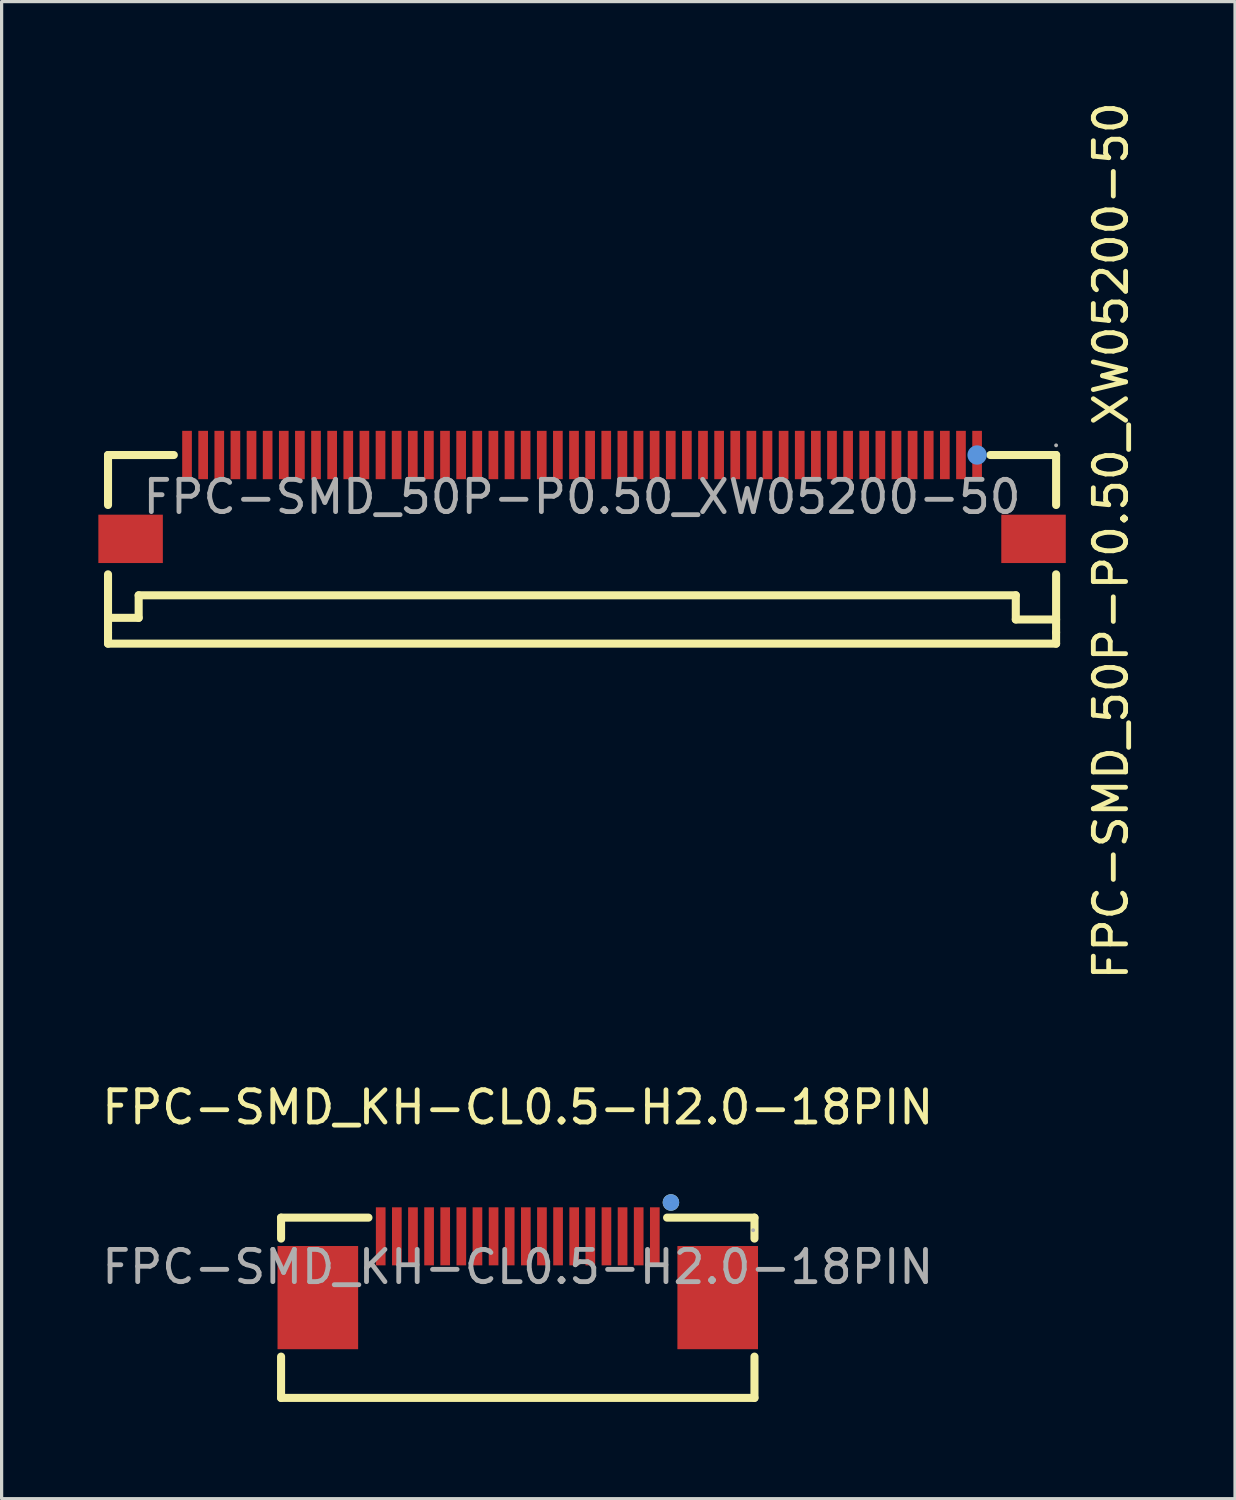
<source format=kicad_pcb>
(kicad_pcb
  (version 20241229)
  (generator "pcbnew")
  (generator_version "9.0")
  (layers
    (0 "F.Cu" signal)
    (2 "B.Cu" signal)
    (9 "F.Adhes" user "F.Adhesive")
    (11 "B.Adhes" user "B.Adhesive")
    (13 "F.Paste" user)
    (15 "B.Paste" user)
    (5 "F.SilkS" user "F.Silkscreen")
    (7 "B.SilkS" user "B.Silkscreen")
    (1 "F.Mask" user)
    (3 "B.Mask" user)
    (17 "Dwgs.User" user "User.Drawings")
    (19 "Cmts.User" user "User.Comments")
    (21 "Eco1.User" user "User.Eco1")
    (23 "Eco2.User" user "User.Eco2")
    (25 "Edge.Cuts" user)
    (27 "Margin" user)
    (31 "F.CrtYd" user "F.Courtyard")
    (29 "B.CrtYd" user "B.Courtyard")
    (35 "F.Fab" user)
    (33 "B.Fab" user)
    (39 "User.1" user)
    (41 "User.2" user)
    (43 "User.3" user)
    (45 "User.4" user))
  (footprint "FPC-SMD_KH-CL0.5-H2.0-18PIN"
    (layer "F.Cu")
    (at 13.006 36.239)
    (property "Reference" "FPC-SMD_KH-CL0.5-H2.0-18PIN" (at 0 -4.95 0) (layer "F.SilkS") (effects (font (size 1 1) (thickness 0.15))))
    (attr smd)
    (fp_line (start -7.34 -1.53) (end -7.34 -0.88) (stroke (width 0.25) (type solid)) (layer "F.SilkS"))
    (fp_line (start -7.34 2.78) (end -7.34 4.06) (stroke (width 0.25) (type solid)) (layer "F.SilkS"))
    (fp_line (start -7.34 4.06) (end 7.34 4.06) (stroke (width 0.25) (type solid)) (layer "F.SilkS"))
    (fp_line (start -4.63 -1.53) (end -7.34 -1.53) (stroke (width 0.25) (type solid)) (layer "F.SilkS"))
    (fp_line (start 4.63 -1.53) (end 7.34 -1.53) (stroke (width 0.25) (type solid)) (layer "F.SilkS"))
    (fp_line (start 7.34 -1.53) (end 7.34 -0.88) (stroke (width 0.25) (type solid)) (layer "F.SilkS"))
    (fp_line (start 7.34 4.06) (end 7.34 2.78) (stroke (width 0.25) (type solid)) (layer "F.SilkS"))
    (fp_circle (center 4.75 -2) (end 4.88 -2) (stroke (width 0.25) (type solid)) (fill no) (layer "F.SilkS"))
    (fp_circle (center 4.75 -2) (end 4.88 -2) (stroke (width 0.25) (type solid)) (fill no) (layer "Cmts.User"))
    (fp_circle (center 7.3 -1.14) (end 7.33 -1.14) (stroke (width 0.06) (type solid)) (fill no) (layer "F.Fab"))
    (fp_text user "${REFERENCE}" (at 0 0 0) (layer "F.Fab") (effects (font (size 1 1) (thickness 0.15))))
    (pad "1" smd rect (at 4.25 -0.95 180) (size 0.3 1.8) (layers "F.Cu" "F.Mask" "F.Paste"))
    (pad "2" smd rect (at 3.75 -0.95 180) (size 0.3 1.8) (layers "F.Cu" "F.Mask" "F.Paste"))
    (pad "3" smd rect (at 3.25 -0.95 180) (size 0.3 1.8) (layers "F.Cu" "F.Mask" "F.Paste"))
    (pad "4" smd rect (at 2.75 -0.95 180) (size 0.3 1.8) (layers "F.Cu" "F.Mask" "F.Paste"))
    (pad "5" smd rect (at 2.25 -0.95 180) (size 0.3 1.8) (layers "F.Cu" "F.Mask" "F.Paste"))
    (pad "6" smd rect (at 1.75 -0.95 180) (size 0.3 1.8) (layers "F.Cu" "F.Mask" "F.Paste"))
    (pad "7" smd rect (at 1.25 -0.95 180) (size 0.3 1.8) (layers "F.Cu" "F.Mask" "F.Paste"))
    (pad "8" smd rect (at 0.75 -0.95 180) (size 0.3 1.8) (layers "F.Cu" "F.Mask" "F.Paste"))
    (pad "9" smd rect (at 0.25 -0.95 180) (size 0.3 1.8) (layers "F.Cu" "F.Mask" "F.Paste"))
    (pad "10" smd rect (at -0.25 -0.95 180) (size 0.3 1.8) (layers "F.Cu" "F.Mask" "F.Paste"))
    (pad "11" smd rect (at -0.75 -0.95 180) (size 0.3 1.8) (layers "F.Cu" "F.Mask" "F.Paste"))
    (pad "12" smd rect (at -1.25 -0.95 180) (size 0.3 1.8) (layers "F.Cu" "F.Mask" "F.Paste"))
    (pad "13" smd rect (at -1.75 -0.95 180) (size 0.3 1.8) (layers "F.Cu" "F.Mask" "F.Paste"))
    (pad "14" smd rect (at -2.25 -0.95 180) (size 0.3 1.8) (layers "F.Cu" "F.Mask" "F.Paste"))
    (pad "15" smd rect (at -2.75 -0.95 180) (size 0.3 1.8) (layers "F.Cu" "F.Mask" "F.Paste"))
    (pad "16" smd rect (at -3.25 -0.95 180) (size 0.3 1.8) (layers "F.Cu" "F.Mask" "F.Paste"))
    (pad "17" smd rect (at -3.75 -0.95 180) (size 0.3 1.8) (layers "F.Cu" "F.Mask" "F.Paste"))
    (pad "18" smd rect (at -4.25 -0.95 180) (size 0.3 1.8) (layers "F.Cu" "F.Mask" "F.Paste"))
    (pad "19" smd rect (at -6.2 0.95 180) (size 2.5 3.2) (layers "F.Cu" "F.Mask" "F.Paste"))
    (pad "20" smd rect (at 6.2 0.95 180) (size 2.5 3.2) (layers "F.Cu" "F.Mask" "F.Paste")))
  (footprint "FPC-SMD_50P-P0.50_XW05200-50"
    (layer "F.Cu")
    (at 15 12.36)
    (property "Reference" "FPC-SMD_50P-P0.50_XW05200-50" (at 16.4 1.36 90) (layer "F.SilkS") (effects (font (size 1 1) (thickness 0.15))))
    (attr smd)
    (fp_line (start -14.7 -1.3) (end -14.7 0.25) (stroke (width 0.25) (type solid)) (layer "F.SilkS"))
    (fp_line (start -14.7 3.75) (end -13.75 3.75) (stroke (width 0.25) (type solid)) (layer "F.SilkS"))
    (fp_line (start -14.7 4.2) (end -14.7 2.4) (stroke (width 0.25) (type solid)) (layer "F.SilkS"))
    (fp_line (start -14.7 4.2) (end -14.7 4.55) (stroke (width 0.25) (type solid)) (layer "F.SilkS"))
    (fp_line (start -14.7 4.55) (end 14.7 4.55) (stroke (width 0.25) (type solid)) (layer "F.SilkS"))
    (fp_line (start -13.75 3.05) (end 13.45 3.05) (stroke (width 0.25) (type solid)) (layer "F.SilkS"))
    (fp_line (start -13.75 3.75) (end -13.75 3.05) (stroke (width 0.25) (type solid)) (layer "F.SilkS"))
    (fp_line (start -12.66 -1.3) (end -14.7 -1.3) (stroke (width 0.25) (type solid)) (layer "F.SilkS"))
    (fp_line (start 13.45 3.05) (end 13.45 3.8) (stroke (width 0.25) (type solid)) (layer "F.SilkS"))
    (fp_line (start 13.45 3.8) (end 14.7 3.8) (stroke (width 0.25) (type solid)) (layer "F.SilkS"))
    (fp_line (start 14.7 -1.3) (end 12.66 -1.3) (stroke (width 0.25) (type solid)) (layer "F.SilkS"))
    (fp_line (start 14.7 -1.3) (end 14.7 0.25) (stroke (width 0.25) (type solid)) (layer "F.SilkS"))
    (fp_line (start 14.7 4.2) (end 14.7 2.4) (stroke (width 0.25) (type solid)) (layer "F.SilkS"))
    (fp_line (start 14.7 4.55) (end 14.7 4.2) (stroke (width 0.25) (type solid)) (layer "F.SilkS"))
    (fp_circle (center 12.25 -1.3) (end 12.4 -1.3) (stroke (width 0.3) (type solid)) (fill no) (layer "Cmts.User"))
    (fp_circle (center 14.7 -1.6) (end 14.73 -1.6) (stroke (width 0.06) (type solid)) (fill no) (layer "F.Fab"))
    (fp_text user "${REFERENCE}" (at 0 0 0) (layer "F.Fab") (effects (font (size 1 1) (thickness 0.15))))
    (pad "1" smd rect (at 12.25 -1.3 180) (size 0.3 1.5) (layers "F.Cu" "F.Mask" "F.Paste"))
    (pad "2" smd rect (at 11.75 -1.3 180) (size 0.3 1.5) (layers "F.Cu" "F.Mask" "F.Paste"))
    (pad "3" smd rect (at 11.25 -1.3 180) (size 0.3 1.5) (layers "F.Cu" "F.Mask" "F.Paste"))
    (pad "4" smd rect (at 10.75 -1.3 180) (size 0.3 1.5) (layers "F.Cu" "F.Mask" "F.Paste"))
    (pad "5" smd rect (at 10.25 -1.3 180) (size 0.3 1.5) (layers "F.Cu" "F.Mask" "F.Paste"))
    (pad "6" smd rect (at 9.75 -1.3 180) (size 0.3 1.5) (layers "F.Cu" "F.Mask" "F.Paste"))
    (pad "7" smd rect (at 9.25 -1.3 180) (size 0.3 1.5) (layers "F.Cu" "F.Mask" "F.Paste"))
    (pad "8" smd rect (at 8.75 -1.3 180) (size 0.3 1.5) (layers "F.Cu" "F.Mask" "F.Paste"))
    (pad "9" smd rect (at 8.25 -1.3 180) (size 0.3 1.5) (layers "F.Cu" "F.Mask" "F.Paste"))
    (pad "10" smd rect (at 7.75 -1.3 180) (size 0.3 1.5) (layers "F.Cu" "F.Mask" "F.Paste"))
    (pad "11" smd rect (at 7.25 -1.3 180) (size 0.3 1.5) (layers "F.Cu" "F.Mask" "F.Paste"))
    (pad "12" smd rect (at 6.75 -1.3 180) (size 0.3 1.5) (layers "F.Cu" "F.Mask" "F.Paste"))
    (pad "13" smd rect (at 6.25 -1.3 180) (size 0.3 1.5) (layers "F.Cu" "F.Mask" "F.Paste"))
    (pad "14" smd rect (at 5.75 -1.3 180) (size 0.3 1.5) (layers "F.Cu" "F.Mask" "F.Paste"))
    (pad "15" smd rect (at 5.25 -1.3 180) (size 0.3 1.5) (layers "F.Cu" "F.Mask" "F.Paste"))
    (pad "16" smd rect (at 4.75 -1.3 180) (size 0.3 1.5) (layers "F.Cu" "F.Mask" "F.Paste"))
    (pad "17" smd rect (at 4.25 -1.3 180) (size 0.3 1.5) (layers "F.Cu" "F.Mask" "F.Paste"))
    (pad "18" smd rect (at 3.75 -1.3 180) (size 0.3 1.5) (layers "F.Cu" "F.Mask" "F.Paste"))
    (pad "19" smd rect (at 3.25 -1.3 180) (size 0.3 1.5) (layers "F.Cu" "F.Mask" "F.Paste"))
    (pad "20" smd rect (at 2.75 -1.3 180) (size 0.3 1.5) (layers "F.Cu" "F.Mask" "F.Paste"))
    (pad "21" smd rect (at 2.25 -1.3 180) (size 0.3 1.5) (layers "F.Cu" "F.Mask" "F.Paste"))
    (pad "22" smd rect (at 1.75 -1.3 180) (size 0.3 1.5) (layers "F.Cu" "F.Mask" "F.Paste"))
    (pad "23" smd rect (at 1.25 -1.3 180) (size 0.3 1.5) (layers "F.Cu" "F.Mask" "F.Paste"))
    (pad "24" smd rect (at 0.75 -1.3 180) (size 0.3 1.5) (layers "F.Cu" "F.Mask" "F.Paste"))
    (pad "25" smd rect (at 0.25 -1.3 180) (size 0.3 1.5) (layers "F.Cu" "F.Mask" "F.Paste"))
    (pad "26" smd rect (at -0.25 -1.3 180) (size 0.3 1.5) (layers "F.Cu" "F.Mask" "F.Paste"))
    (pad "27" smd rect (at -0.75 -1.3 180) (size 0.3 1.5) (layers "F.Cu" "F.Mask" "F.Paste"))
    (pad "28" smd rect (at -1.25 -1.3 180) (size 0.3 1.5) (layers "F.Cu" "F.Mask" "F.Paste"))
    (pad "29" smd rect (at -1.75 -1.3 180) (size 0.3 1.5) (layers "F.Cu" "F.Mask" "F.Paste"))
    (pad "30" smd rect (at -2.25 -1.3 180) (size 0.3 1.5) (layers "F.Cu" "F.Mask" "F.Paste"))
    (pad "31" smd rect (at -2.75 -1.3 180) (size 0.3 1.5) (layers "F.Cu" "F.Mask" "F.Paste"))
    (pad "32" smd rect (at -3.25 -1.3 180) (size 0.3 1.5) (layers "F.Cu" "F.Mask" "F.Paste"))
    (pad "33" smd rect (at -3.75 -1.3 180) (size 0.3 1.5) (layers "F.Cu" "F.Mask" "F.Paste"))
    (pad "34" smd rect (at -4.25 -1.3 180) (size 0.3 1.5) (layers "F.Cu" "F.Mask" "F.Paste"))
    (pad "35" smd rect (at -4.75 -1.3 180) (size 0.3 1.5) (layers "F.Cu" "F.Mask" "F.Paste"))
    (pad "36" smd rect (at -5.25 -1.3 180) (size 0.3 1.5) (layers "F.Cu" "F.Mask" "F.Paste"))
    (pad "37" smd rect (at -5.75 -1.3 180) (size 0.3 1.5) (layers "F.Cu" "F.Mask" "F.Paste"))
    (pad "38" smd rect (at -6.25 -1.3 180) (size 0.3 1.5) (layers "F.Cu" "F.Mask" "F.Paste"))
    (pad "39" smd rect (at -6.75 -1.3 180) (size 0.3 1.5) (layers "F.Cu" "F.Mask" "F.Paste"))
    (pad "40" smd rect (at -7.25 -1.3 180) (size 0.3 1.5) (layers "F.Cu" "F.Mask" "F.Paste"))
    (pad "41" smd rect (at -7.75 -1.3 180) (size 0.3 1.5) (layers "F.Cu" "F.Mask" "F.Paste"))
    (pad "42" smd rect (at -8.25 -1.3 180) (size 0.3 1.5) (layers "F.Cu" "F.Mask" "F.Paste"))
    (pad "43" smd rect (at -8.75 -1.3 180) (size 0.3 1.5) (layers "F.Cu" "F.Mask" "F.Paste"))
    (pad "44" smd rect (at -9.25 -1.3 180) (size 0.3 1.5) (layers "F.Cu" "F.Mask" "F.Paste"))
    (pad "45" smd rect (at -9.75 -1.3 180) (size 0.3 1.5) (layers "F.Cu" "F.Mask" "F.Paste"))
    (pad "46" smd rect (at -10.25 -1.3 180) (size 0.3 1.5) (layers "F.Cu" "F.Mask" "F.Paste"))
    (pad "47" smd rect (at -10.75 -1.3 180) (size 0.3 1.5) (layers "F.Cu" "F.Mask" "F.Paste"))
    (pad "48" smd rect (at -11.25 -1.3 180) (size 0.3 1.5) (layers "F.Cu" "F.Mask" "F.Paste"))
    (pad "49" smd rect (at -11.75 -1.3 180) (size 0.3 1.5) (layers "F.Cu" "F.Mask" "F.Paste"))
    (pad "50" smd rect (at -12.25 -1.3 180) (size 0.3 1.5) (layers "F.Cu" "F.Mask" "F.Paste"))
    (pad "51" smd rect (at -14 1.3 180) (size 2 1.5) (layers "F.Cu" "F.Mask" "F.Paste"))
    (pad "52" smd rect (at 14 1.3 180) (size 2 1.5) (layers "F.Cu" "F.Mask" "F.Paste")))
  (gr_rect
    (start -3 -3)
    (end 35.248 43.424)
    (stroke (width 0.1) (type default))
    (fill no)
    (layer "Edge.Cuts")))
</source>
